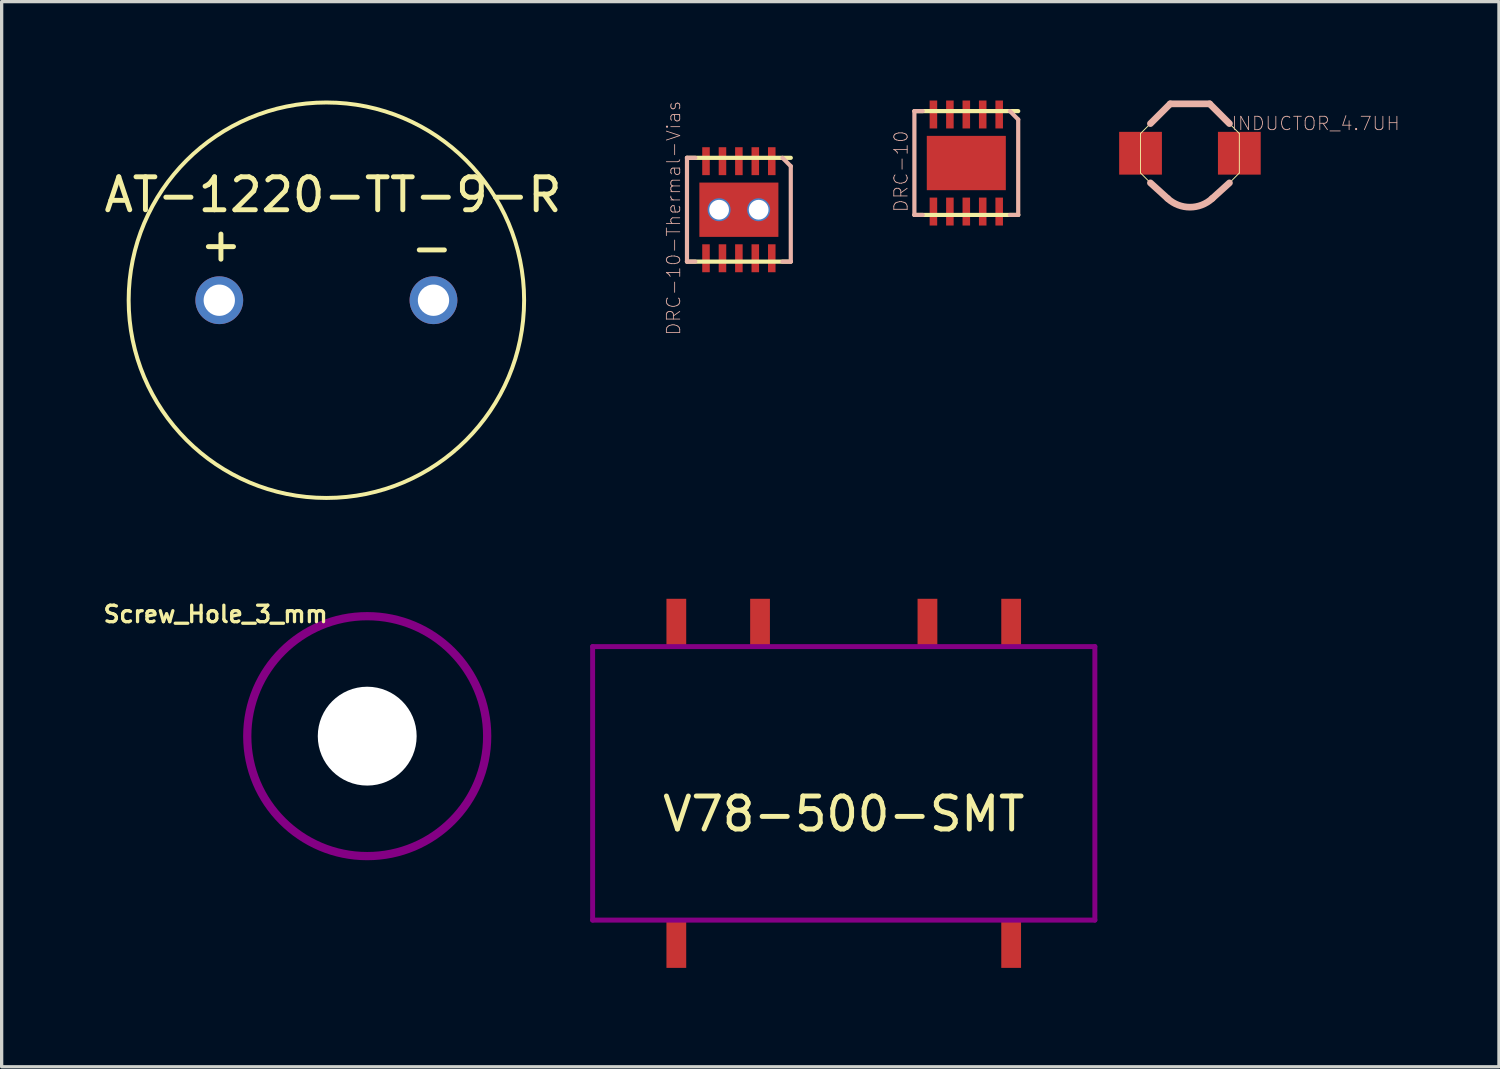
<source format=kicad_pcb>
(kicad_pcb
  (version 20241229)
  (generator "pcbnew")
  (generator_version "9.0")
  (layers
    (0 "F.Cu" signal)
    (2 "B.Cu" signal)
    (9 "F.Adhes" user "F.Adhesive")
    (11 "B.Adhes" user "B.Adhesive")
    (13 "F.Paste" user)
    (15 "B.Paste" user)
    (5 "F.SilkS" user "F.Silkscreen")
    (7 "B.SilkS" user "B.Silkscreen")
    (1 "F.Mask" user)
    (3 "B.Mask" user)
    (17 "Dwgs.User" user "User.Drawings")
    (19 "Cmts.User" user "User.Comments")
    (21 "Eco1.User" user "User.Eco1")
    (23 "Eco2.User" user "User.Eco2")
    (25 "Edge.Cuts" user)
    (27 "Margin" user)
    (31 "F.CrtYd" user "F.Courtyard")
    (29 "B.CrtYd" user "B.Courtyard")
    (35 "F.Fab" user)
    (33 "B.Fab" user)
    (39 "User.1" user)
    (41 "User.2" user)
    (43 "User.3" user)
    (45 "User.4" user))
  (footprint "Screw_Hole_3_mm"
    (layer "F.Cu")
    (at 8.093 19.288)
    (property "Reference" "Screw_Hole_3_mm" (at -4.6 -3.7 0) (layer "F.SilkS") (effects (font (size 0.5 0.5) (thickness 0.1))))
    (attr through_hole)
    (fp_circle (center 0 0) (end 1.2 -1.6) (stroke (width 3) (type solid)) (fill no) (layer "B.Mask"))
    (fp_circle (center 0 0) (end 3.5 -1) (stroke (width 0.25) (type solid)) (fill no) (layer "F.Adhes"))
    (pad "" np_thru_hole circle (at 0 0) (size 3 3) (drill 3) (layers "*.Mask" "F.Cu")))
  (footprint "V78-500-SMT"
    (layer "F.Cu")
    (at 22.553 16.57)
    (property "Reference" "V78-500-SMT" (at 0 5.08 0) (layer "F.SilkS") (effects (font (size 1 1) (thickness 0.15))))
    (attr through_hole)
    (fp_line (start -7.62 0) (end 7.62 0) (stroke (width 0.15) (type solid)) (layer "F.Adhes"))
    (fp_line (start -7.62 8.3) (end -7.62 0) (stroke (width 0.15) (type solid)) (layer "F.Adhes"))
    (fp_line (start 7.62 0) (end 7.62 8.3) (stroke (width 0.15) (type solid)) (layer "F.Adhes"))
    (fp_line (start 7.62 8.3) (end -7.62 8.3) (stroke (width 0.15) (type solid)) (layer "F.Adhes"))
    (pad "1" smd rect (at -5.08 9.025) (size 0.6 1.45) (layers "F.Cu" "F.Mask" "F.Paste"))
    (pad "5" smd rect (at 5.08 9.025) (size 0.6 1.45) (layers "F.Cu" "F.Mask" "F.Paste"))
    (pad "6" smd rect (at 5.08 -0.725) (size 0.6 1.45) (layers "F.Cu" "F.Mask" "F.Paste"))
    (pad "7" smd rect (at 2.54 -0.725) (size 0.6 1.45) (layers "F.Cu" "F.Mask" "F.Paste"))
    (pad "9" smd rect (at -2.54 -0.725) (size 0.6 1.45) (layers "F.Cu" "F.Mask" "F.Paste"))
    (pad "10" smd rect (at -5.08 -0.725) (size 0.6 1.45) (layers "F.Cu" "F.Mask" "F.Paste")))
  (footprint "DRC-10"
    (layer "F.Cu")
    (at 26.272 1.897)
    (property "Reference" "DRC-10" (at -1.981 0.254 90) (layer "B.SilkS") (effects (font (size 0.406 0.406) (thickness 0.025))))
    (attr smd)
    (fp_line (start -1.575 1.575) (end 1.575 1.575) (stroke (width 0.127) (type solid)) (layer "F.SilkS"))
    (fp_line (start 1.575 -1.575) (end -1.575 -1.575) (stroke (width 0.127) (type solid)) (layer "F.SilkS"))
    (fp_line (start -1.575 -1.575) (end -1.575 1.575) (stroke (width 0.127) (type solid)) (layer "B.SilkS"))
    (fp_line (start -1.575 1.575) (end -1.323 1.575) (stroke (width 0.127) (type solid)) (layer "B.SilkS"))
    (fp_line (start -1.323 -1.575) (end -1.575 -1.575) (stroke (width 0.127) (type solid)) (layer "B.SilkS"))
    (fp_line (start 1.323 1.575) (end 1.575 1.575) (stroke (width 0.127) (type solid)) (layer "B.SilkS"))
    (fp_line (start 1.575 -1.321) (end 1.323 -1.575) (stroke (width 0.127) (type solid)) (layer "B.SilkS"))
    (fp_line (start 1.575 1.575) (end 1.575 -1.321) (stroke (width 0.127) (type solid)) (layer "B.SilkS"))
    (pad "1" smd rect (at 0.998 -1.473 90) (size 0.848 0.229) (layers "F.Cu" "F.Mask" "F.Paste"))
    (pad "2" smd rect (at 0.498 -1.473 90) (size 0.848 0.229) (layers "F.Cu" "F.Mask" "F.Paste"))
    (pad "3" smd rect (at 0 -1.473 90) (size 0.848 0.229) (layers "F.Cu" "F.Mask" "F.Paste"))
    (pad "4" smd rect (at -0.498 -1.473 90) (size 0.848 0.229) (layers "F.Cu" "F.Mask" "F.Paste"))
    (pad "5" smd rect (at -0.998 -1.473 90) (size 0.848 0.229) (layers "F.Cu" "F.Mask" "F.Paste"))
    (pad "6" smd rect (at -0.998 1.473 90) (size 0.848 0.229) (layers "F.Cu" "F.Mask" "F.Paste"))
    (pad "7" smd rect (at -0.498 1.473 90) (size 0.848 0.229) (layers "F.Cu" "F.Mask" "F.Paste"))
    (pad "8" smd rect (at 0 1.473 90) (size 0.848 0.229) (layers "F.Cu" "F.Mask" "F.Paste"))
    (pad "9" smd rect (at 0.498 1.473 90) (size 0.848 0.229) (layers "F.Cu" "F.Mask" "F.Paste"))
    (pad "10" smd rect (at 0.998 1.473 90) (size 0.848 0.229) (layers "F.Cu" "F.Mask" "F.Paste"))
    (pad "11" smd rect (at 0 0 90) (size 1.648 2.398) (layers "F.Cu" "F.Mask" "F.Paste")))
  (footprint "AT-1220-TT-9-R"
    (layer "F.Cu")
    (at 6.854 6.06)
    (property "Reference" "AT-1220-TT-9-R" (at 0.2 -3.2 0) (layer "F.SilkS") (effects (font (size 1 1) (thickness 0.15))))
    (attr through_hole)
    (fp_circle (center 0 0) (end 6 0) (stroke (width 0.12) (type solid)) (fill no) (layer "F.SilkS"))
    (fp_text user "-" (at 3.2 -1.6 0) (layer "F.SilkS") (effects (font (size 1 1) (thickness 0.15))))
    (fp_text user "+" (at -3.2 -1.7 0) (layer "F.SilkS") (effects (font (size 1 1) (thickness 0.15))))
    (pad "1" thru_hole circle (at -3.25 0) (size 1.45 1.45) (drill 0.95) (layers "*.Cu" "*.Mask"))
    (pad "2" thru_hole circle (at 3.25 0) (size 1.45 1.45) (drill 0.95) (layers "*.Cu" "*.Mask")))
  (footprint "DRC-10-Thermal-Vias"
    (layer "F.Cu")
    (at 19.371 3.314)
    (property "Reference" "DRC-10-Thermal-Vias" (at -1.981 0.254 90) (layer "B.SilkS") (effects (font (size 0.406 0.406) (thickness 0.025))))
    (attr smd)
    (fp_line (start -1.575 1.575) (end 1.575 1.575) (stroke (width 0.127) (type solid)) (layer "F.SilkS"))
    (fp_line (start 1.575 -1.575) (end -1.575 -1.575) (stroke (width 0.127) (type solid)) (layer "F.SilkS"))
    (fp_line (start -1.575 -1.575) (end -1.575 1.575) (stroke (width 0.127) (type solid)) (layer "B.SilkS"))
    (fp_line (start -1.575 1.575) (end -1.323 1.575) (stroke (width 0.127) (type solid)) (layer "B.SilkS"))
    (fp_line (start -1.323 -1.575) (end -1.575 -1.575) (stroke (width 0.127) (type solid)) (layer "B.SilkS"))
    (fp_line (start 1.323 1.575) (end 1.575 1.575) (stroke (width 0.127) (type solid)) (layer "B.SilkS"))
    (fp_line (start 1.575 -1.321) (end 1.323 -1.575) (stroke (width 0.127) (type solid)) (layer "B.SilkS"))
    (fp_line (start 1.575 1.575) (end 1.575 -1.321) (stroke (width 0.127) (type solid)) (layer "B.SilkS"))
    (pad "1" smd rect (at 0.998 -1.473 90) (size 0.848 0.229) (layers "F.Cu" "F.Mask" "F.Paste"))
    (pad "2" smd rect (at 0.498 -1.473 90) (size 0.848 0.229) (layers "F.Cu" "F.Mask" "F.Paste"))
    (pad "3" smd rect (at 0 -1.473 90) (size 0.848 0.229) (layers "F.Cu" "F.Mask" "F.Paste"))
    (pad "4" smd rect (at -0.498 -1.473 90) (size 0.848 0.229) (layers "F.Cu" "F.Mask" "F.Paste"))
    (pad "5" smd rect (at -0.998 -1.473 90) (size 0.848 0.229) (layers "F.Cu" "F.Mask" "F.Paste"))
    (pad "6" smd rect (at -0.998 1.473 90) (size 0.848 0.229) (layers "F.Cu" "F.Mask" "F.Paste"))
    (pad "7" smd rect (at -0.498 1.473 90) (size 0.848 0.229) (layers "F.Cu" "F.Mask" "F.Paste"))
    (pad "8" smd rect (at 0 1.473 90) (size 0.848 0.229) (layers "F.Cu" "F.Mask" "F.Paste"))
    (pad "9" smd rect (at 0.498 1.473 90) (size 0.848 0.229) (layers "F.Cu" "F.Mask" "F.Paste"))
    (pad "10" smd rect (at 0.998 1.473 90) (size 0.848 0.229) (layers "F.Cu" "F.Mask" "F.Paste"))
    (pad "11" thru_hole circle (at -0.6 0) (size 0.7 0.7) (drill 0.6) (layers "*.Cu"))
    (pad "11" smd rect (at 0 0 90) (size 1.648 2.398) (layers "F.Cu" "F.Mask" "F.Paste"))
    (pad "11" thru_hole circle (at 0.6 0) (size 0.7 0.7) (drill 0.6) (layers "*.Cu")))
  (footprint "INDUCTOR_4.7UH"
    (layer "F.Cu")
    (at 33.058 1.6)
    (property "Reference" "INDUCTOR_4.7UH" (at 3.815 -0.902 0) (layer "B.SilkS") (effects (font (size 0.406 0.406) (thickness 0.025))))
    (attr smd)
    (fp_line (start -1.499 -0.599) (end -1.499 0.599) (stroke (width 0.028) (type solid)) (layer "F.SilkS"))
    (fp_line (start -1.499 0.599) (end -0.706 1.392) (stroke (width 0.028) (type solid)) (layer "F.SilkS"))
    (fp_line (start -0.599 -1.499) (end -1.499 -0.599) (stroke (width 0.028) (type solid)) (layer "F.SilkS"))
    (fp_line (start 0.599 -1.499) (end -0.599 -1.499) (stroke (width 0.028) (type solid)) (layer "F.SilkS"))
    (fp_line (start 0.706 1.392) (end 1.499 0.599) (stroke (width 0.028) (type solid)) (layer "F.SilkS"))
    (fp_line (start 1.499 -0.599) (end 0.599 -1.499) (stroke (width 0.028) (type solid)) (layer "F.SilkS"))
    (fp_line (start 1.499 0.599) (end 1.499 -0.599) (stroke (width 0.028) (type solid)) (layer "F.SilkS"))
    (fp_arc (start 0.70612 1.39192) (mid 0 1.684404) (end -0.70612 1.39192) (stroke (width 0.02794) (type solid)) (layer "F.SilkS"))
    (fp_line (start -1.199 -0.899) (end -0.599 -1.499) (stroke (width 0.203) (type solid)) (layer "B.SilkS"))
    (fp_line (start -1.199 0.899) (end -0.678 1.372) (stroke (width 0.203) (type solid)) (layer "B.SilkS"))
    (fp_line (start -0.599 -1.499) (end 0.599 -1.499) (stroke (width 0.203) (type solid)) (layer "B.SilkS"))
    (fp_line (start 0.599 -1.499) (end 1.199 -0.899) (stroke (width 0.203) (type solid)) (layer "B.SilkS"))
    (fp_line (start 0.678 1.372) (end 1.199 0.899) (stroke (width 0.203) (type solid)) (layer "B.SilkS"))
    (fp_arc (start 0.67818 1.3716) (mid 0.000594 1.636926) (end -0.677306 1.372406) (stroke (width 0.2032) (type solid)) (layer "B.SilkS"))
    (pad "1" smd rect (at -1.499 0 90) (size 1.298 1.298) (layers "F.Cu" "F.Mask" "F.Paste"))
    (pad "2" smd rect (at 1.499 0 90) (size 1.298 1.298) (layers "F.Cu" "F.Mask" "F.Paste")))
  (gr_rect
    (start -3 -3)
    (end 42.435 29.32)
    (stroke (width 0.1) (type default))
    (fill no)
    (layer "Edge.Cuts")))
</source>
